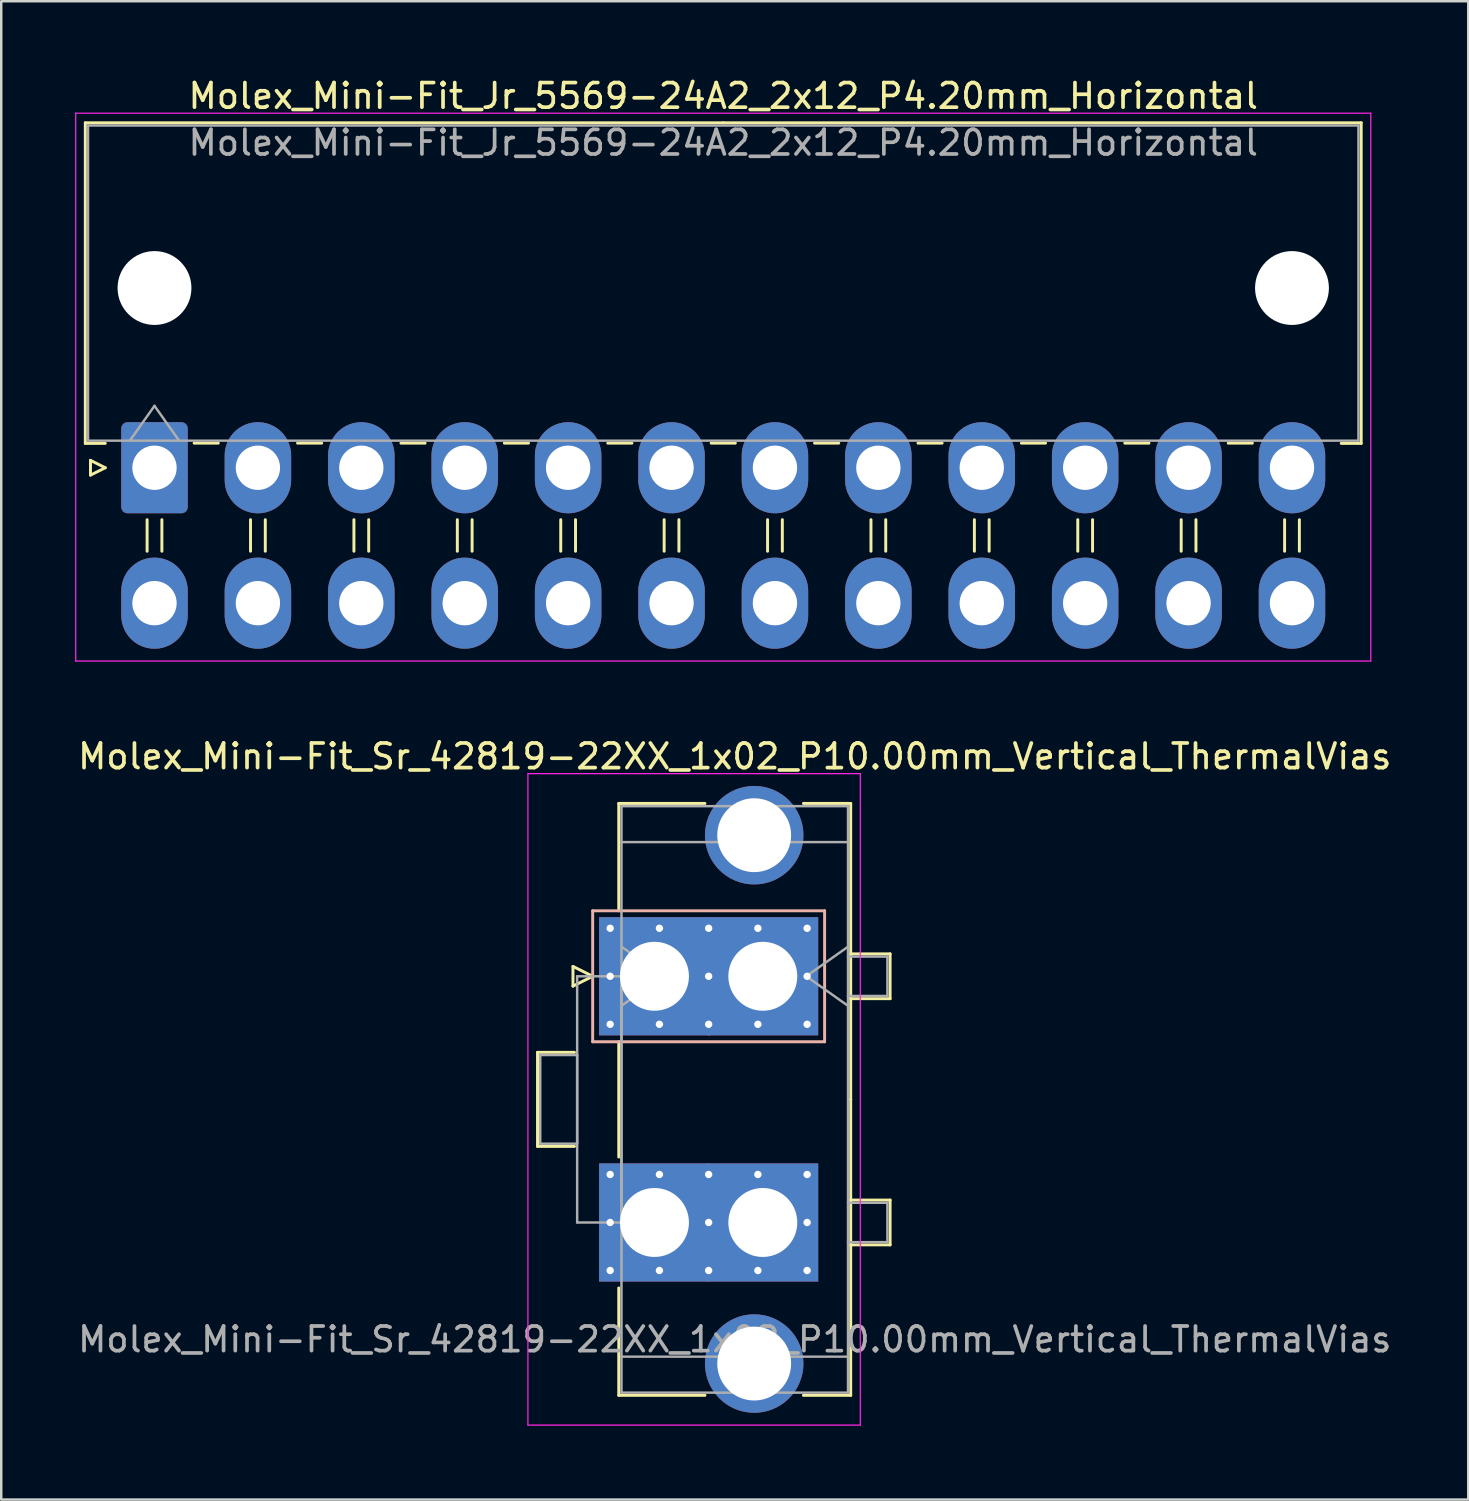
<source format=kicad_pcb>
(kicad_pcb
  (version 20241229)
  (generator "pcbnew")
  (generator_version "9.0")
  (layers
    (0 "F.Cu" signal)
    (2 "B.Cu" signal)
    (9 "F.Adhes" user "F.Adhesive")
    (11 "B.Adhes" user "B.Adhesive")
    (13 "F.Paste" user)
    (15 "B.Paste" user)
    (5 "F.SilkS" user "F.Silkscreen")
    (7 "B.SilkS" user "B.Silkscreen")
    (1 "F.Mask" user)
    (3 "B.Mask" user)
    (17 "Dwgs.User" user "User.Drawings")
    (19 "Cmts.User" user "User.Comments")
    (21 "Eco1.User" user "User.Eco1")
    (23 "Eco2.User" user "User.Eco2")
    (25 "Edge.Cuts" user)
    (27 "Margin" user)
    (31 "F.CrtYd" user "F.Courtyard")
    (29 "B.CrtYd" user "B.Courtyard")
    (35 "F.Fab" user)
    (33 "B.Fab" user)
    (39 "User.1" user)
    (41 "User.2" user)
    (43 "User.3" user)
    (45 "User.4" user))
  (footprint "Molex_Mini-Fit_Jr_5569-24A2_2x12_P4.20mm_Horizontal"
    (layer "F.Cu")
    (at 3.225 15.948)
    (property "Reference" "Molex_Mini-Fit_Jr_5569-24A2_2x12_P4.20mm_Horizontal" (at 23.1 -15.1 0) (layer "F.SilkS") (effects (font (size 1 1) (thickness 0.15))))
    (attr through_hole)
    (fp_line (start -2.81 -14.01) (end 23.1 -14.01) (stroke (width 0.12) (type solid)) (layer "F.SilkS"))
    (fp_line (start -2.81 -0.99) (end -2.81 -14.01) (stroke (width 0.12) (type solid)) (layer "F.SilkS"))
    (fp_line (start -2.6 -0.3) (end -2 0) (stroke (width 0.12) (type solid)) (layer "F.SilkS"))
    (fp_line (start -2.6 0.3) (end -2.6 -0.3) (stroke (width 0.12) (type solid)) (layer "F.SilkS"))
    (fp_line (start -2 -0.99) (end -2.81 -0.99) (stroke (width 0.12) (type solid)) (layer "F.SilkS"))
    (fp_line (start -2 0) (end -2.6 0.3) (stroke (width 0.12) (type solid)) (layer "F.SilkS"))
    (fp_line (start -0.3 2.11) (end -0.3 3.39) (stroke (width 0.12) (type solid)) (layer "F.SilkS"))
    (fp_line (start 0.3 2.11) (end 0.3 3.39) (stroke (width 0.12) (type solid)) (layer "F.SilkS"))
    (fp_line (start 1.61 -1) (end 2.59 -1) (stroke (width 0.12) (type solid)) (layer "F.SilkS"))
    (fp_line (start 3.9 2.11) (end 3.9 3.39) (stroke (width 0.12) (type solid)) (layer "F.SilkS"))
    (fp_line (start 4.5 2.11) (end 4.5 3.39) (stroke (width 0.12) (type solid)) (layer "F.SilkS"))
    (fp_line (start 5.81 -1) (end 6.79 -1) (stroke (width 0.12) (type solid)) (layer "F.SilkS"))
    (fp_line (start 8.1 2.11) (end 8.1 3.39) (stroke (width 0.12) (type solid)) (layer "F.SilkS"))
    (fp_line (start 8.7 2.11) (end 8.7 3.39) (stroke (width 0.12) (type solid)) (layer "F.SilkS"))
    (fp_line (start 10.01 -1) (end 10.99 -1) (stroke (width 0.12) (type solid)) (layer "F.SilkS"))
    (fp_line (start 12.3 2.11) (end 12.3 3.39) (stroke (width 0.12) (type solid)) (layer "F.SilkS"))
    (fp_line (start 12.9 2.11) (end 12.9 3.39) (stroke (width 0.12) (type solid)) (layer "F.SilkS"))
    (fp_line (start 14.21 -1) (end 15.19 -1) (stroke (width 0.12) (type solid)) (layer "F.SilkS"))
    (fp_line (start 16.5 2.11) (end 16.5 3.39) (stroke (width 0.12) (type solid)) (layer "F.SilkS"))
    (fp_line (start 17.1 2.11) (end 17.1 3.39) (stroke (width 0.12) (type solid)) (layer "F.SilkS"))
    (fp_line (start 18.41 -1) (end 19.39 -1) (stroke (width 0.12) (type solid)) (layer "F.SilkS"))
    (fp_line (start 20.7 2.11) (end 20.7 3.39) (stroke (width 0.12) (type solid)) (layer "F.SilkS"))
    (fp_line (start 21.3 2.11) (end 21.3 3.39) (stroke (width 0.12) (type solid)) (layer "F.SilkS"))
    (fp_line (start 22.61 -1) (end 23.59 -1) (stroke (width 0.12) (type solid)) (layer "F.SilkS"))
    (fp_line (start 24.9 2.11) (end 24.9 3.39) (stroke (width 0.12) (type solid)) (layer "F.SilkS"))
    (fp_line (start 25.5 2.11) (end 25.5 3.39) (stroke (width 0.12) (type solid)) (layer "F.SilkS"))
    (fp_line (start 26.81 -1) (end 27.79 -1) (stroke (width 0.12) (type solid)) (layer "F.SilkS"))
    (fp_line (start 29.1 2.11) (end 29.1 3.39) (stroke (width 0.12) (type solid)) (layer "F.SilkS"))
    (fp_line (start 29.7 2.11) (end 29.7 3.39) (stroke (width 0.12) (type solid)) (layer "F.SilkS"))
    (fp_line (start 31.01 -1) (end 31.99 -1) (stroke (width 0.12) (type solid)) (layer "F.SilkS"))
    (fp_line (start 33.3 2.11) (end 33.3 3.39) (stroke (width 0.12) (type solid)) (layer "F.SilkS"))
    (fp_line (start 33.9 2.11) (end 33.9 3.39) (stroke (width 0.12) (type solid)) (layer "F.SilkS"))
    (fp_line (start 35.21 -1) (end 36.19 -1) (stroke (width 0.12) (type solid)) (layer "F.SilkS"))
    (fp_line (start 37.5 2.11) (end 37.5 3.39) (stroke (width 0.12) (type solid)) (layer "F.SilkS"))
    (fp_line (start 38.1 2.11) (end 38.1 3.39) (stroke (width 0.12) (type solid)) (layer "F.SilkS"))
    (fp_line (start 39.41 -1) (end 40.39 -1) (stroke (width 0.12) (type solid)) (layer "F.SilkS"))
    (fp_line (start 41.7 2.11) (end 41.7 3.39) (stroke (width 0.12) (type solid)) (layer "F.SilkS"))
    (fp_line (start 42.3 2.11) (end 42.3 3.39) (stroke (width 0.12) (type solid)) (layer "F.SilkS"))
    (fp_line (start 43.61 -1) (end 44.59 -1) (stroke (width 0.12) (type solid)) (layer "F.SilkS"))
    (fp_line (start 45.9 2.11) (end 45.9 3.39) (stroke (width 0.12) (type solid)) (layer "F.SilkS"))
    (fp_line (start 46.5 2.11) (end 46.5 3.39) (stroke (width 0.12) (type solid)) (layer "F.SilkS"))
    (fp_line (start 48.2 -0.99) (end 49.01 -0.99) (stroke (width 0.12) (type solid)) (layer "F.SilkS"))
    (fp_line (start 49.01 -14.01) (end 23.1 -14.01) (stroke (width 0.12) (type solid)) (layer "F.SilkS"))
    (fp_line (start 49.01 -0.99) (end 49.01 -14.01) (stroke (width 0.12) (type solid)) (layer "F.SilkS"))
    (fp_line (start -3.2 -14.4) (end -3.2 7.85) (stroke (width 0.05) (type solid)) (layer "F.CrtYd"))
    (fp_line (start -3.2 7.85) (end 49.4 7.85) (stroke (width 0.05) (type solid)) (layer "F.CrtYd"))
    (fp_line (start 49.4 -14.4) (end -3.2 -14.4) (stroke (width 0.05) (type solid)) (layer "F.CrtYd"))
    (fp_line (start 49.4 7.85) (end 49.4 -14.4) (stroke (width 0.05) (type solid)) (layer "F.CrtYd"))
    (fp_line (start -2.7 -13.9) (end -2.7 -1.1) (stroke (width 0.1) (type solid)) (layer "F.Fab"))
    (fp_line (start -2.7 -1.1) (end 48.9 -1.1) (stroke (width 0.1) (type solid)) (layer "F.Fab"))
    (fp_line (start -1 -1.1) (end 0 -2.514) (stroke (width 0.1) (type solid)) (layer "F.Fab"))
    (fp_line (start 0 -2.514) (end 1 -1.1) (stroke (width 0.1) (type solid)) (layer "F.Fab"))
    (fp_line (start 48.9 -13.9) (end -2.7 -13.9) (stroke (width 0.1) (type solid)) (layer "F.Fab"))
    (fp_line (start 48.9 -1.1) (end 48.9 -13.9) (stroke (width 0.1) (type solid)) (layer "F.Fab"))
    (fp_text user "${REFERENCE}" (at 23.1 -13.2 0) (layer "F.Fab") (effects (font (size 1 1) (thickness 0.15))))
    (pad "" np_thru_hole circle (at 0 -7.3) (size 3 3) (drill 3) (layers "*.Cu" "*.Mask"))
    (pad "" np_thru_hole circle (at 46.2 -7.3) (size 3 3) (drill 3) (layers "*.Cu" "*.Mask"))
    (pad "1" thru_hole roundrect (at 0 0) (size 2.7 3.7) (drill 1.8) (layers "*.Cu" "*.Mask") (roundrect_rratio 0.093))
    (pad "2" thru_hole oval (at 4.2 0) (size 2.7 3.7) (drill 1.8) (layers "*.Cu" "*.Mask"))
    (pad "3" thru_hole oval (at 8.4 0) (size 2.7 3.7) (drill 1.8) (layers "*.Cu" "*.Mask"))
    (pad "4" thru_hole oval (at 12.6 0) (size 2.7 3.7) (drill 1.8) (layers "*.Cu" "*.Mask"))
    (pad "5" thru_hole oval (at 16.8 0) (size 2.7 3.7) (drill 1.8) (layers "*.Cu" "*.Mask"))
    (pad "6" thru_hole oval (at 21 0) (size 2.7 3.7) (drill 1.8) (layers "*.Cu" "*.Mask"))
    (pad "7" thru_hole oval (at 25.2 0) (size 2.7 3.7) (drill 1.8) (layers "*.Cu" "*.Mask"))
    (pad "8" thru_hole oval (at 29.4 0) (size 2.7 3.7) (drill 1.8) (layers "*.Cu" "*.Mask"))
    (pad "9" thru_hole oval (at 33.6 0) (size 2.7 3.7) (drill 1.8) (layers "*.Cu" "*.Mask"))
    (pad "10" thru_hole oval (at 37.8 0) (size 2.7 3.7) (drill 1.8) (layers "*.Cu" "*.Mask"))
    (pad "11" thru_hole oval (at 42 0) (size 2.7 3.7) (drill 1.8) (layers "*.Cu" "*.Mask"))
    (pad "12" thru_hole oval (at 46.2 0) (size 2.7 3.7) (drill 1.8) (layers "*.Cu" "*.Mask"))
    (pad "13" thru_hole oval (at 0 5.5) (size 2.7 3.7) (drill 1.8) (layers "*.Cu" "*.Mask"))
    (pad "14" thru_hole oval (at 4.2 5.5) (size 2.7 3.7) (drill 1.8) (layers "*.Cu" "*.Mask"))
    (pad "15" thru_hole oval (at 8.4 5.5) (size 2.7 3.7) (drill 1.8) (layers "*.Cu" "*.Mask"))
    (pad "16" thru_hole oval (at 12.6 5.5) (size 2.7 3.7) (drill 1.8) (layers "*.Cu" "*.Mask"))
    (pad "17" thru_hole oval (at 16.8 5.5) (size 2.7 3.7) (drill 1.8) (layers "*.Cu" "*.Mask"))
    (pad "18" thru_hole oval (at 21 5.5) (size 2.7 3.7) (drill 1.8) (layers "*.Cu" "*.Mask"))
    (pad "19" thru_hole oval (at 25.2 5.5) (size 2.7 3.7) (drill 1.8) (layers "*.Cu" "*.Mask"))
    (pad "20" thru_hole oval (at 29.4 5.5) (size 2.7 3.7) (drill 1.8) (layers "*.Cu" "*.Mask"))
    (pad "21" thru_hole oval (at 33.6 5.5) (size 2.7 3.7) (drill 1.8) (layers "*.Cu" "*.Mask"))
    (pad "22" thru_hole oval (at 37.8 5.5) (size 2.7 3.7) (drill 1.8) (layers "*.Cu" "*.Mask"))
    (pad "23" thru_hole oval (at 42 5.5) (size 2.7 3.7) (drill 1.8) (layers "*.Cu" "*.Mask"))
    (pad "24" thru_hole oval (at 46.2 5.5) (size 2.7 3.7) (drill 1.8) (layers "*.Cu" "*.Mask")))
  (footprint "Molex_Mini-Fit_Sr_42819-22XX_1x02_P10.00mm_Vertical_ThermalVias"
    (layer "F.Cu")
    (at 23.532 36.602)
    (property "Reference" "Molex_Mini-Fit_Sr_42819-22XX_1x02_P10.00mm_Vertical_ThermalVias" (at 3.26 -8.93 0) (layer "F.SilkS") (effects (font (size 1 1) (thickness 0.15))))
    (attr through_hole)
    (fp_line (start -4.75 3.09) (end -4.75 6.91) (stroke (width 0.12) (type solid)) (layer "F.SilkS"))
    (fp_line (start -4.75 6.91) (end -3.25 6.91) (stroke (width 0.12) (type solid)) (layer "F.SilkS"))
    (fp_line (start -3.31 -0.4) (end -3.31 0.4) (stroke (width 0.12) (type solid)) (layer "F.SilkS"))
    (fp_line (start -3.31 0.4) (end -2.51 0) (stroke (width 0.12) (type solid)) (layer "F.SilkS"))
    (fp_line (start -3.25 3.09) (end -4.75 3.09) (stroke (width 0.12) (type solid)) (layer "F.SilkS"))
    (fp_line (start -2.51 0) (end -3.31 -0.4) (stroke (width 0.12) (type solid)) (layer "F.SilkS"))
    (fp_line (start -1.45 -7.02) (end 2.05 -7.02) (stroke (width 0.12) (type solid)) (layer "F.SilkS"))
    (fp_line (start -1.45 -2.66) (end -1.45 -7.02) (stroke (width 0.12) (type solid)) (layer "F.SilkS"))
    (fp_line (start -1.45 2.66) (end -1.45 7.34) (stroke (width 0.12) (type solid)) (layer "F.SilkS"))
    (fp_line (start -1.45 12.66) (end -1.45 17.02) (stroke (width 0.12) (type solid)) (layer "F.SilkS"))
    (fp_line (start -1.45 17.02) (end 2.05 17.02) (stroke (width 0.12) (type solid)) (layer "F.SilkS"))
    (fp_line (start 6.05 -7.02) (end 7.97 -7.02) (stroke (width 0.12) (type solid)) (layer "F.SilkS"))
    (fp_line (start 6.05 17.02) (end 7.97 17.02) (stroke (width 0.12) (type solid)) (layer "F.SilkS"))
    (fp_line (start 7.97 -7.02) (end 7.97 5) (stroke (width 0.12) (type solid)) (layer "F.SilkS"))
    (fp_line (start 7.97 -0.91) (end 9.57 -0.91) (stroke (width 0.12) (type solid)) (layer "F.SilkS"))
    (fp_line (start 7.97 9.09) (end 9.57 9.09) (stroke (width 0.12) (type solid)) (layer "F.SilkS"))
    (fp_line (start 7.97 17.02) (end 7.97 5) (stroke (width 0.12) (type solid)) (layer "F.SilkS"))
    (fp_line (start 9.57 -0.91) (end 9.57 0.91) (stroke (width 0.12) (type solid)) (layer "F.SilkS"))
    (fp_line (start 9.57 0.91) (end 7.97 0.91) (stroke (width 0.12) (type solid)) (layer "F.SilkS"))
    (fp_line (start 9.57 9.09) (end 9.57 10.91) (stroke (width 0.12) (type solid)) (layer "F.SilkS"))
    (fp_line (start 9.57 10.91) (end 7.97 10.91) (stroke (width 0.12) (type solid)) (layer "F.SilkS"))
    (fp_line (start -2.51 -2.66) (end -2.51 2.66) (stroke (width 0.12) (type solid)) (layer "B.SilkS"))
    (fp_line (start -2.51 2.66) (end 6.91 2.66) (stroke (width 0.12) (type solid)) (layer "B.SilkS"))
    (fp_line (start 6.91 -2.66) (end -2.51 -2.66) (stroke (width 0.12) (type solid)) (layer "B.SilkS"))
    (fp_line (start 6.91 2.66) (end 6.91 -2.66) (stroke (width 0.12) (type solid)) (layer "B.SilkS"))
    (fp_line (start -5.14 -8.23) (end -5.14 18.23) (stroke (width 0.05) (type solid)) (layer "F.CrtYd"))
    (fp_line (start -5.14 18.23) (end 8.36 18.23) (stroke (width 0.05) (type solid)) (layer "F.CrtYd"))
    (fp_line (start 8.36 -8.23) (end -5.14 -8.23) (stroke (width 0.05) (type solid)) (layer "F.CrtYd"))
    (fp_line (start 8.36 18.23) (end 8.36 -8.23) (stroke (width 0.05) (type solid)) (layer "F.CrtYd"))
    (fp_line (start -4.64 3.2) (end -3.14 3.2) (stroke (width 0.1) (type solid)) (layer "F.Fab"))
    (fp_line (start -4.64 6.8) (end -4.64 3.2) (stroke (width 0.1) (type solid)) (layer "F.Fab"))
    (fp_line (start -3.14 0) (end -1.34 0) (stroke (width 0.1) (type solid)) (layer "F.Fab"))
    (fp_line (start -3.14 3.2) (end -3.14 6.8) (stroke (width 0.1) (type solid)) (layer "F.Fab"))
    (fp_line (start -3.14 6.8) (end -4.64 6.8) (stroke (width 0.1) (type solid)) (layer "F.Fab"))
    (fp_line (start -3.14 10) (end -3.14 0) (stroke (width 0.1) (type solid)) (layer "F.Fab"))
    (fp_line (start -1.34 -6.91) (end -1.34 16.91) (stroke (width 0.1) (type solid)) (layer "F.Fab"))
    (fp_line (start -1.34 -5.45) (end 7.86 -5.45) (stroke (width 0.1) (type solid)) (layer "F.Fab"))
    (fp_line (start -1.34 -1.2) (end 0.357 0) (stroke (width 0.1) (type solid)) (layer "F.Fab"))
    (fp_line (start -1.34 0) (end -1.34 10) (stroke (width 0.1) (type solid)) (layer "F.Fab"))
    (fp_line (start -1.34 10) (end -3.14 10) (stroke (width 0.1) (type solid)) (layer "F.Fab"))
    (fp_line (start -1.34 15.45) (end 7.86 15.45) (stroke (width 0.1) (type solid)) (layer "F.Fab"))
    (fp_line (start -1.34 16.91) (end 7.86 16.91) (stroke (width 0.1) (type solid)) (layer "F.Fab"))
    (fp_line (start 0.357 0) (end -1.34 1.2) (stroke (width 0.1) (type solid)) (layer "F.Fab"))
    (fp_line (start 6.163 0) (end 7.86 1.2) (stroke (width 0.1) (type solid)) (layer "F.Fab"))
    (fp_line (start 7.86 -6.91) (end -1.34 -6.91) (stroke (width 0.1) (type solid)) (layer "F.Fab"))
    (fp_line (start 7.86 -1.2) (end 6.163 0) (stroke (width 0.1) (type solid)) (layer "F.Fab"))
    (fp_line (start 7.86 -0.8) (end 9.46 -0.8) (stroke (width 0.1) (type solid)) (layer "F.Fab"))
    (fp_line (start 7.86 9.2) (end 9.46 9.2) (stroke (width 0.1) (type solid)) (layer "F.Fab"))
    (fp_line (start 7.86 16.91) (end 7.86 -6.91) (stroke (width 0.1) (type solid)) (layer "F.Fab"))
    (fp_line (start 9.46 -0.8) (end 9.46 0.8) (stroke (width 0.1) (type solid)) (layer "F.Fab"))
    (fp_line (start 9.46 0.8) (end 7.86 0.8) (stroke (width 0.1) (type solid)) (layer "F.Fab"))
    (fp_line (start 9.46 9.2) (end 9.46 10.8) (stroke (width 0.1) (type solid)) (layer "F.Fab"))
    (fp_line (start 9.46 10.8) (end 7.86 10.8) (stroke (width 0.1) (type solid)) (layer "F.Fab"))
    (fp_text user "${REFERENCE}" (at 3.26 14.75 0) (layer "F.Fab") (effects (font (size 1 1) (thickness 0.15))))
    (pad "" thru_hole circle (at 4.05 -5.73) (size 4 4) (drill 3) (layers "*.Cu" "*.Mask"))
    (pad "" thru_hole circle (at 4.05 15.73) (size 4 4) (drill 3) (layers "*.Cu" "*.Mask"))
    (pad "1" thru_hole roundrect (at -1.8 -1.95) (size 0.6 0.6) (drill 0.3) (layers "*.Cu" "*.Mask") (roundrect_rratio 0.25))
    (pad "1" thru_hole roundrect (at -1.8 0) (size 0.6 0.6) (drill 0.3) (layers "*.Cu" "*.Mask") (roundrect_rratio 0.25))
    (pad "1" thru_hole roundrect (at -1.8 1.95) (size 0.6 0.6) (drill 0.3) (layers "*.Cu" "*.Mask") (roundrect_rratio 0.25))
    (pad "1" thru_hole rect (at 0 0) (size 4.5 4.8) (drill 2.8) (layers "*.Cu" "*.Mask"))
    (pad "1" thru_hole roundrect (at 0.2 -1.95) (size 0.6 0.6) (drill 0.3) (layers "*.Cu" "*.Mask") (roundrect_rratio 0.25))
    (pad "1" thru_hole roundrect (at 0.2 1.95) (size 0.6 0.6) (drill 0.3) (layers "*.Cu" "*.Mask") (roundrect_rratio 0.25))
    (pad "1" thru_hole roundrect (at 2.2 -1.95) (size 0.6 0.6) (drill 0.3) (layers "*.Cu" "*.Mask") (roundrect_rratio 0.25))
    (pad "1" thru_hole roundrect (at 2.2 0) (size 0.6 0.6) (drill 0.3) (layers "*.Cu" "*.Mask") (roundrect_rratio 0.25))
    (pad "1" thru_hole roundrect (at 2.2 1.95) (size 0.6 0.6) (drill 0.3) (layers "*.Cu" "*.Mask") (roundrect_rratio 0.25))
    (pad "1" thru_hole roundrect (at 4.2 -1.95) (size 0.6 0.6) (drill 0.3) (layers "*.Cu" "*.Mask") (roundrect_rratio 0.25))
    (pad "1" thru_hole roundrect (at 4.2 1.95) (size 0.6 0.6) (drill 0.3) (layers "*.Cu" "*.Mask") (roundrect_rratio 0.25))
    (pad "1" thru_hole rect (at 4.4 0) (size 4.5 4.8) (drill 2.8) (layers "*.Cu" "*.Mask"))
    (pad "1" thru_hole roundrect (at 6.2 -1.95) (size 0.6 0.6) (drill 0.3) (layers "*.Cu" "*.Mask") (roundrect_rratio 0.25))
    (pad "1" thru_hole roundrect (at 6.2 0) (size 0.6 0.6) (drill 0.3) (layers "*.Cu" "*.Mask") (roundrect_rratio 0.25))
    (pad "1" thru_hole roundrect (at 6.2 1.95) (size 0.6 0.6) (drill 0.3) (layers "*.Cu" "*.Mask") (roundrect_rratio 0.25))
    (pad "2" thru_hole circle (at -1.8 8.05) (size 0.6 0.6) (drill 0.3) (layers "*.Cu" "*.Mask"))
    (pad "2" thru_hole circle (at -1.8 10) (size 0.6 0.6) (drill 0.3) (layers "*.Cu" "*.Mask"))
    (pad "2" thru_hole circle (at -1.8 11.95) (size 0.6 0.6) (drill 0.3) (layers "*.Cu" "*.Mask"))
    (pad "2" thru_hole rect (at 0 10) (size 4.5 4.8) (drill 2.8) (layers "*.Cu" "*.Mask"))
    (pad "2" thru_hole circle (at 0.2 8.05) (size 0.6 0.6) (drill 0.3) (layers "*.Cu" "*.Mask"))
    (pad "2" thru_hole circle (at 0.2 11.95) (size 0.6 0.6) (drill 0.3) (layers "*.Cu" "*.Mask"))
    (pad "2" thru_hole circle (at 2.2 8.05) (size 0.6 0.6) (drill 0.3) (layers "*.Cu" "*.Mask"))
    (pad "2" thru_hole circle (at 2.2 10) (size 0.6 0.6) (drill 0.3) (layers "*.Cu" "*.Mask"))
    (pad "2" thru_hole circle (at 2.2 11.95) (size 0.6 0.6) (drill 0.3) (layers "*.Cu" "*.Mask"))
    (pad "2" thru_hole circle (at 4.2 8.05) (size 0.6 0.6) (drill 0.3) (layers "*.Cu" "*.Mask"))
    (pad "2" thru_hole circle (at 4.2 11.95) (size 0.6 0.6) (drill 0.3) (layers "*.Cu" "*.Mask"))
    (pad "2" thru_hole rect (at 4.4 10) (size 4.5 4.8) (drill 2.8) (layers "*.Cu" "*.Mask"))
    (pad "2" thru_hole circle (at 6.2 8.05) (size 0.6 0.6) (drill 0.3) (layers "*.Cu" "*.Mask"))
    (pad "2" thru_hole circle (at 6.2 10) (size 0.6 0.6) (drill 0.3) (layers "*.Cu" "*.Mask"))
    (pad "2" thru_hole circle (at 6.2 11.95) (size 0.6 0.6) (drill 0.3) (layers "*.Cu" "*.Mask")))
  (gr_rect
    (start -3 -3)
    (end 56.583 57.856)
    (stroke (width 0.1) (type default))
    (fill no)
    (layer "Edge.Cuts")))
</source>
